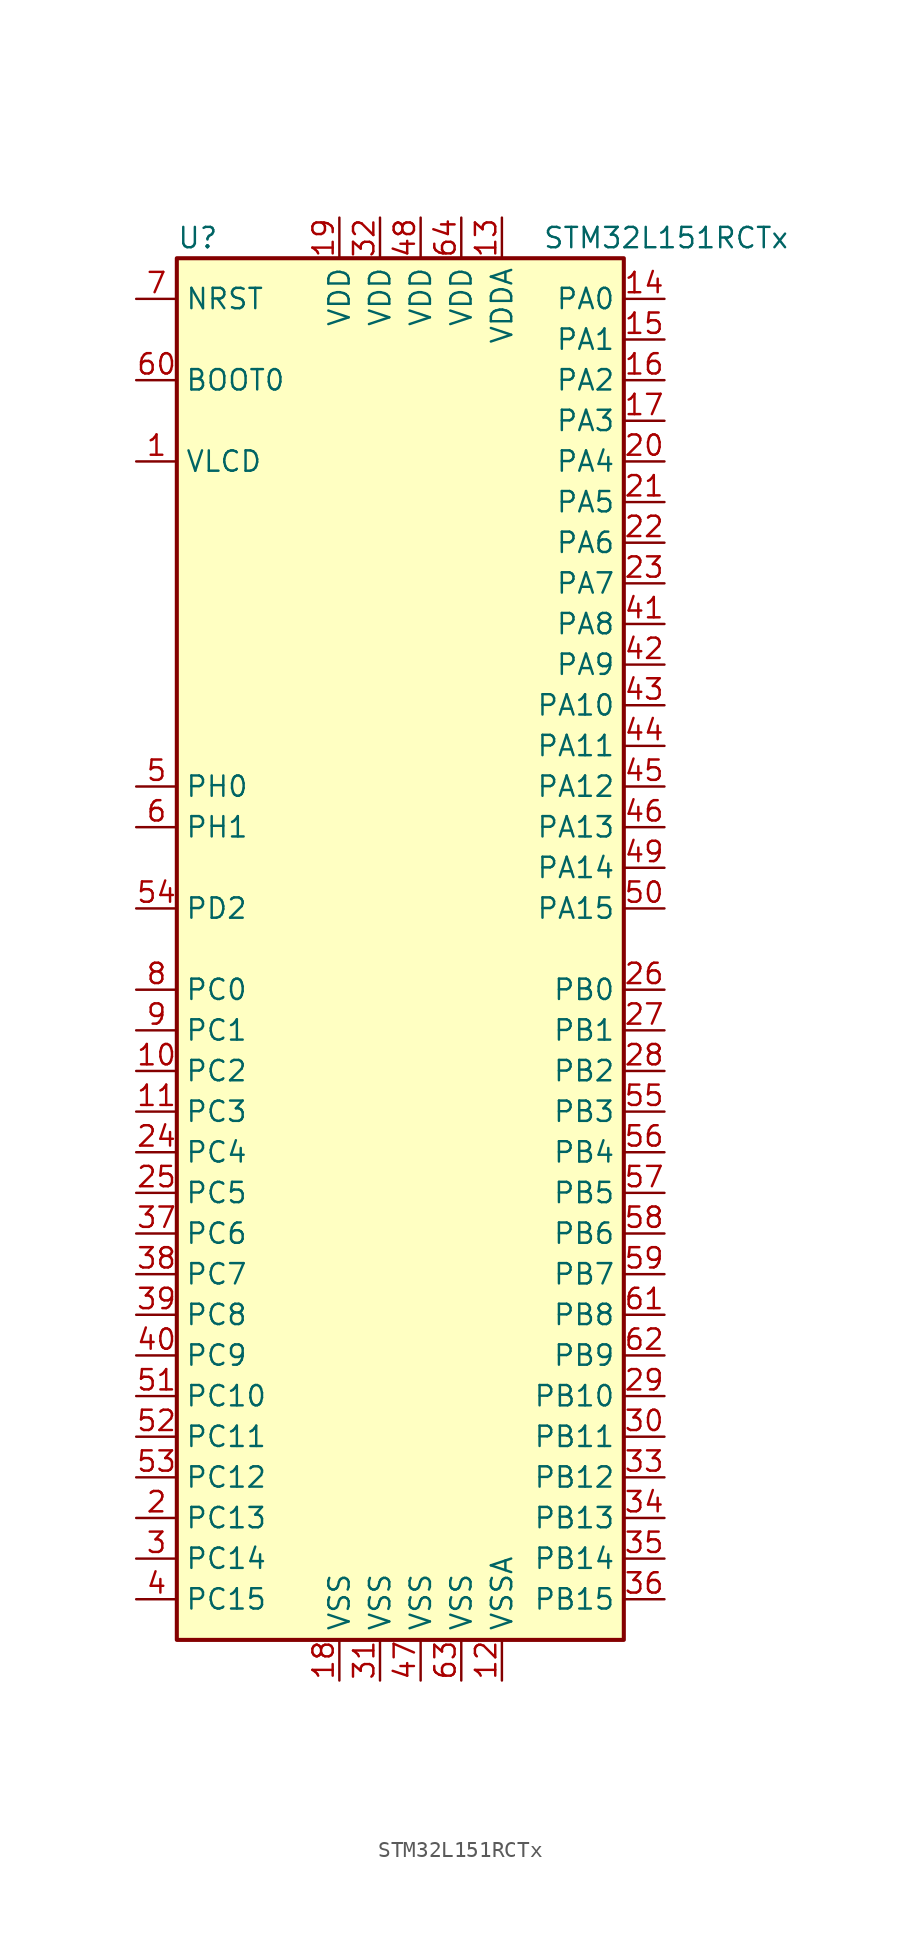
<source format=kicad_sym>
(kicad_symbol_lib
  (version 20211014)
  (generator kicad_symbol_editor)
  (symbol "STM32L151RCTx"
    (property "Reference" "U"
      (at -15.24 44.45 0)
      (effects (font (size 1.27 1.27)) (justify left)))
    (property "Value" "STM32L151RCTx"
      (at 7.62 44.45 0)
      (effects (font (size 1.27 1.27)) (justify left)))
    (symbol "STM32L151RCTx_0_1"
      (rectangle (start -15.24 -43.18) (end 12.7 43.18) (stroke (width 0.254) (type default) (color 0 0 0 0)) (fill (type background))))
    (symbol "STM32L151RCTx_1_1"
      (pin power_in line (at -17.78 30.48 0) (length 2.54) (name "VLCD" (effects (font (size 1.27 1.27)))) (number "1" (effects (font (size 1.27 1.27)))))
      (pin bidirectional line (at -17.78 -7.62 0) (length 2.54) (name "PC2" (effects (font (size 1.27 1.27)))) (number "10" (effects (font (size 1.27 1.27)))))
      (pin bidirectional line (at -17.78 -10.16 0) (length 2.54) (name "PC3" (effects (font (size 1.27 1.27)))) (number "11" (effects (font (size 1.27 1.27)))))
      (pin power_in line (at 5.08 -45.72 90) (length 2.54) (name "VSSA" (effects (font (size 1.27 1.27)))) (number "12" (effects (font (size 1.27 1.27)))))
      (pin power_in line (at 5.08 45.72 270) (length 2.54) (name "VDDA" (effects (font (size 1.27 1.27)))) (number "13" (effects (font (size 1.27 1.27)))))
      (pin bidirectional line (at 15.24 40.64 180) (length 2.54) (name "PA0" (effects (font (size 1.27 1.27)))) (number "14" (effects (font (size 1.27 1.27)))))
      (pin bidirectional line (at 15.24 38.1 180) (length 2.54) (name "PA1" (effects (font (size 1.27 1.27)))) (number "15" (effects (font (size 1.27 1.27)))))
      (pin bidirectional line (at 15.24 35.56 180) (length 2.54) (name "PA2" (effects (font (size 1.27 1.27)))) (number "16" (effects (font (size 1.27 1.27)))))
      (pin bidirectional line (at 15.24 33.02 180) (length 2.54) (name "PA3" (effects (font (size 1.27 1.27)))) (number "17" (effects (font (size 1.27 1.27)))))
      (pin power_in line (at -5.08 -45.72 90) (length 2.54) (name "VSS" (effects (font (size 1.27 1.27)))) (number "18" (effects (font (size 1.27 1.27)))))
      (pin power_in line (at -5.08 45.72 270) (length 2.54) (name "VDD" (effects (font (size 1.27 1.27)))) (number "19" (effects (font (size 1.27 1.27)))))
      (pin bidirectional line (at -17.78 -35.56 0) (length 2.54) (name "PC13" (effects (font (size 1.27 1.27)))) (number "2" (effects (font (size 1.27 1.27)))))
      (pin bidirectional line (at 15.24 30.48 180) (length 2.54) (name "PA4" (effects (font (size 1.27 1.27)))) (number "20" (effects (font (size 1.27 1.27)))))
      (pin bidirectional line (at 15.24 27.94 180) (length 2.54) (name "PA5" (effects (font (size 1.27 1.27)))) (number "21" (effects (font (size 1.27 1.27)))))
      (pin bidirectional line (at 15.24 25.4 180) (length 2.54) (name "PA6" (effects (font (size 1.27 1.27)))) (number "22" (effects (font (size 1.27 1.27)))))
      (pin bidirectional line (at 15.24 22.86 180) (length 2.54) (name "PA7" (effects (font (size 1.27 1.27)))) (number "23" (effects (font (size 1.27 1.27)))))
      (pin bidirectional line (at -17.78 -12.7 0) (length 2.54) (name "PC4" (effects (font (size 1.27 1.27)))) (number "24" (effects (font (size 1.27 1.27)))))
      (pin bidirectional line (at -17.78 -15.24 0) (length 2.54) (name "PC5" (effects (font (size 1.27 1.27)))) (number "25" (effects (font (size 1.27 1.27)))))
      (pin bidirectional line (at 15.24 -2.54 180) (length 2.54) (name "PB0" (effects (font (size 1.27 1.27)))) (number "26" (effects (font (size 1.27 1.27)))))
      (pin bidirectional line (at 15.24 -5.08 180) (length 2.54) (name "PB1" (effects (font (size 1.27 1.27)))) (number "27" (effects (font (size 1.27 1.27)))))
      (pin bidirectional line (at 15.24 -7.62 180) (length 2.54) (name "PB2" (effects (font (size 1.27 1.27)))) (number "28" (effects (font (size 1.27 1.27)))))
      (pin bidirectional line (at 15.24 -27.94 180) (length 2.54) (name "PB10" (effects (font (size 1.27 1.27)))) (number "29" (effects (font (size 1.27 1.27)))))
      (pin bidirectional line (at -17.78 -38.1 0) (length 2.54) (name "PC14" (effects (font (size 1.27 1.27)))) (number "3" (effects (font (size 1.27 1.27)))))
      (pin bidirectional line (at 15.24 -30.48 180) (length 2.54) (name "PB11" (effects (font (size 1.27 1.27)))) (number "30" (effects (font (size 1.27 1.27)))))
      (pin power_in line (at -2.54 -45.72 90) (length 2.54) (name "VSS" (effects (font (size 1.27 1.27)))) (number "31" (effects (font (size 1.27 1.27)))))
      (pin power_in line (at -2.54 45.72 270) (length 2.54) (name "VDD" (effects (font (size 1.27 1.27)))) (number "32" (effects (font (size 1.27 1.27)))))
      (pin bidirectional line (at 15.24 -33.02 180) (length 2.54) (name "PB12" (effects (font (size 1.27 1.27)))) (number "33" (effects (font (size 1.27 1.27)))))
      (pin bidirectional line (at 15.24 -35.56 180) (length 2.54) (name "PB13" (effects (font (size 1.27 1.27)))) (number "34" (effects (font (size 1.27 1.27)))))
      (pin bidirectional line (at 15.24 -38.1 180) (length 2.54) (name "PB14" (effects (font (size 1.27 1.27)))) (number "35" (effects (font (size 1.27 1.27)))))
      (pin bidirectional line (at 15.24 -40.64 180) (length 2.54) (name "PB15" (effects (font (size 1.27 1.27)))) (number "36" (effects (font (size 1.27 1.27)))))
      (pin bidirectional line (at -17.78 -17.78 0) (length 2.54) (name "PC6" (effects (font (size 1.27 1.27)))) (number "37" (effects (font (size 1.27 1.27)))))
      (pin bidirectional line (at -17.78 -20.32 0) (length 2.54) (name "PC7" (effects (font (size 1.27 1.27)))) (number "38" (effects (font (size 1.27 1.27)))))
      (pin bidirectional line (at -17.78 -22.86 0) (length 2.54) (name "PC8" (effects (font (size 1.27 1.27)))) (number "39" (effects (font (size 1.27 1.27)))))
      (pin bidirectional line (at -17.78 -40.64 0) (length 2.54) (name "PC15" (effects (font (size 1.27 1.27)))) (number "4" (effects (font (size 1.27 1.27)))))
      (pin bidirectional line (at -17.78 -25.4 0) (length 2.54) (name "PC9" (effects (font (size 1.27 1.27)))) (number "40" (effects (font (size 1.27 1.27)))))
      (pin bidirectional line (at 15.24 20.32 180) (length 2.54) (name "PA8" (effects (font (size 1.27 1.27)))) (number "41" (effects (font (size 1.27 1.27)))))
      (pin bidirectional line (at 15.24 17.78 180) (length 2.54) (name "PA9" (effects (font (size 1.27 1.27)))) (number "42" (effects (font (size 1.27 1.27)))))
      (pin bidirectional line (at 15.24 15.24 180) (length 2.54) (name "PA10" (effects (font (size 1.27 1.27)))) (number "43" (effects (font (size 1.27 1.27)))))
      (pin bidirectional line (at 15.24 12.7 180) (length 2.54) (name "PA11" (effects (font (size 1.27 1.27)))) (number "44" (effects (font (size 1.27 1.27)))))
      (pin bidirectional line (at 15.24 10.16 180) (length 2.54) (name "PA12" (effects (font (size 1.27 1.27)))) (number "45" (effects (font (size 1.27 1.27)))))
      (pin bidirectional line (at 15.24 7.62 180) (length 2.54) (name "PA13" (effects (font (size 1.27 1.27)))) (number "46" (effects (font (size 1.27 1.27)))))
      (pin power_in line (at 0 -45.72 90) (length 2.54) (name "VSS" (effects (font (size 1.27 1.27)))) (number "47" (effects (font (size 1.27 1.27)))))
      (pin power_in line (at 0 45.72 270) (length 2.54) (name "VDD" (effects (font (size 1.27 1.27)))) (number "48" (effects (font (size 1.27 1.27)))))
      (pin bidirectional line (at 15.24 5.08 180) (length 2.54) (name "PA14" (effects (font (size 1.27 1.27)))) (number "49" (effects (font (size 1.27 1.27)))))
      (pin input line (at -17.78 10.16 0) (length 2.54) (name "PH0" (effects (font (size 1.27 1.27)))) (number "5" (effects (font (size 1.27 1.27)))))
      (pin bidirectional line (at 15.24 2.54 180) (length 2.54) (name "PA15" (effects (font (size 1.27 1.27)))) (number "50" (effects (font (size 1.27 1.27)))))
      (pin bidirectional line (at -17.78 -27.94 0) (length 2.54) (name "PC10" (effects (font (size 1.27 1.27)))) (number "51" (effects (font (size 1.27 1.27)))))
      (pin bidirectional line (at -17.78 -30.48 0) (length 2.54) (name "PC11" (effects (font (size 1.27 1.27)))) (number "52" (effects (font (size 1.27 1.27)))))
      (pin bidirectional line (at -17.78 -33.02 0) (length 2.54) (name "PC12" (effects (font (size 1.27 1.27)))) (number "53" (effects (font (size 1.27 1.27)))))
      (pin bidirectional line (at -17.78 2.54 0) (length 2.54) (name "PD2" (effects (font (size 1.27 1.27)))) (number "54" (effects (font (size 1.27 1.27)))))
      (pin bidirectional line (at 15.24 -10.16 180) (length 2.54) (name "PB3" (effects (font (size 1.27 1.27)))) (number "55" (effects (font (size 1.27 1.27)))))
      (pin bidirectional line (at 15.24 -12.7 180) (length 2.54) (name "PB4" (effects (font (size 1.27 1.27)))) (number "56" (effects (font (size 1.27 1.27)))))
      (pin bidirectional line (at 15.24 -15.24 180) (length 2.54) (name "PB5" (effects (font (size 1.27 1.27)))) (number "57" (effects (font (size 1.27 1.27)))))
      (pin bidirectional line (at 15.24 -17.78 180) (length 2.54) (name "PB6" (effects (font (size 1.27 1.27)))) (number "58" (effects (font (size 1.27 1.27)))))
      (pin bidirectional line (at 15.24 -20.32 180) (length 2.54) (name "PB7" (effects (font (size 1.27 1.27)))) (number "59" (effects (font (size 1.27 1.27)))))
      (pin input line (at -17.78 7.62 0) (length 2.54) (name "PH1" (effects (font (size 1.27 1.27)))) (number "6" (effects (font (size 1.27 1.27)))))
      (pin input line (at -17.78 35.56 0) (length 2.54) (name "BOOT0" (effects (font (size 1.27 1.27)))) (number "60" (effects (font (size 1.27 1.27)))))
      (pin bidirectional line (at 15.24 -22.86 180) (length 2.54) (name "PB8" (effects (font (size 1.27 1.27)))) (number "61" (effects (font (size 1.27 1.27)))))
      (pin bidirectional line (at 15.24 -25.4 180) (length 2.54) (name "PB9" (effects (font (size 1.27 1.27)))) (number "62" (effects (font (size 1.27 1.27)))))
      (pin power_in line (at 2.54 -45.72 90) (length 2.54) (name "VSS" (effects (font (size 1.27 1.27)))) (number "63" (effects (font (size 1.27 1.27)))))
      (pin power_in line (at 2.54 45.72 270) (length 2.54) (name "VDD" (effects (font (size 1.27 1.27)))) (number "64" (effects (font (size 1.27 1.27)))))
      (pin input line (at -17.78 40.64 0) (length 2.54) (name "NRST" (effects (font (size 1.27 1.27)))) (number "7" (effects (font (size 1.27 1.27)))))
      (pin bidirectional line (at -17.78 -2.54 0) (length 2.54) (name "PC0" (effects (font (size 1.27 1.27)))) (number "8" (effects (font (size 1.27 1.27)))))
      (pin bidirectional line (at -17.78 -5.08 0) (length 2.54) (name "PC1" (effects (font (size 1.27 1.27)))) (number "9" (effects (font (size 1.27 1.27))))))))
</source>
